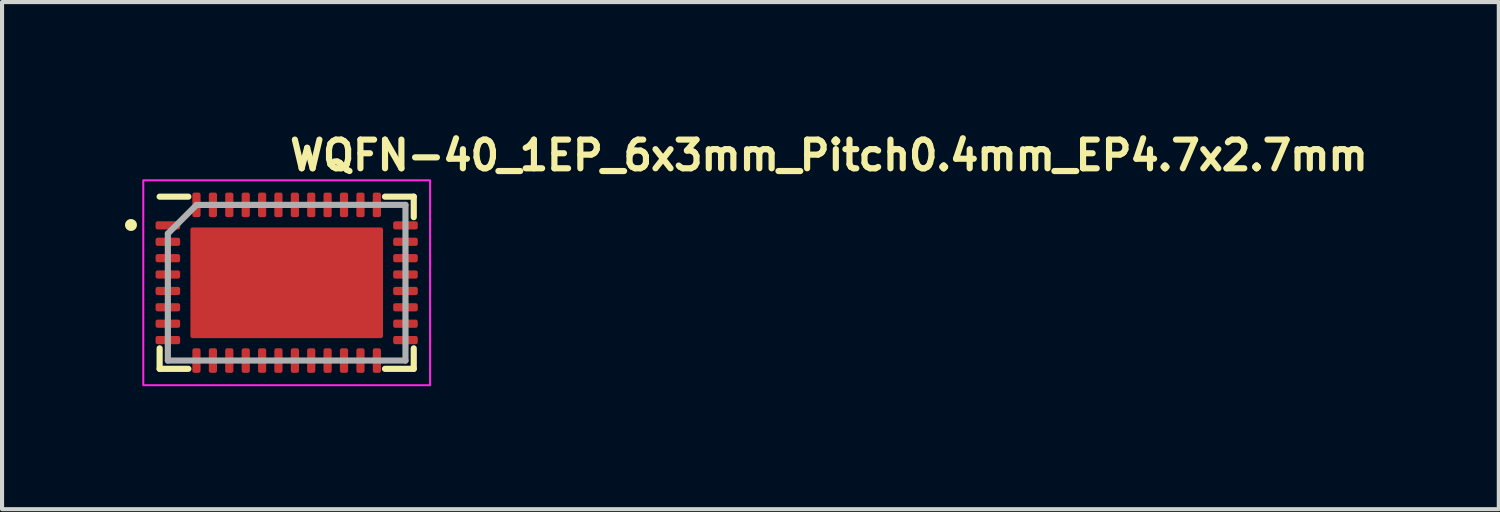
<source format=kicad_pcb>
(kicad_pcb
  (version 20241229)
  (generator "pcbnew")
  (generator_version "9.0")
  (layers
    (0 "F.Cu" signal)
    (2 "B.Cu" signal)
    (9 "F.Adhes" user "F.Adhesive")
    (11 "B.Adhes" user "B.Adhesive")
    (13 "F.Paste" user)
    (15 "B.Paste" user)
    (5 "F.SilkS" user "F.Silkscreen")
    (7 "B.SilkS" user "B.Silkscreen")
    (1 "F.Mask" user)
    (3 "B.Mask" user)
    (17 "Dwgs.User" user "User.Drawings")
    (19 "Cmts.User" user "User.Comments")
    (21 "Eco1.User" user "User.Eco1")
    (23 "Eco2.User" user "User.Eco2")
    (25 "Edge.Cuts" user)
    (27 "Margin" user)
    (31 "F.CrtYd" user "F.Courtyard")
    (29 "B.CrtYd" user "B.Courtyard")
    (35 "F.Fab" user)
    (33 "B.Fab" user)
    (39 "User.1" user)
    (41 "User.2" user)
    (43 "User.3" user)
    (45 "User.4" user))
  (footprint "WQFN-40_1EP_6x3mm_Pitch0.4mm_EP4.7x2.7mm"
    (layer "F.Cu")
    (at 3.946 3.85)
    (property "Reference" "WQFN-40_1EP_6x3mm_Pitch0.4mm_EP4.7x2.7mm" (at 0 -2.7 0) (unlocked yes) (layer "F.SilkS") (effects (font (size 0.7 0.7) (thickness 0.15)) (justify left bottom)))
    (attr smd)
    (fp_line (start -3.101 2.1) (end -3.101 1.6) (stroke (width 0.15) (type solid)) (layer "F.SilkS"))
    (fp_line (start -2.4 -2.101) (end -3.101 -2.101) (stroke (width 0.15) (type solid)) (layer "F.SilkS"))
    (fp_line (start -2.4 2.1) (end -3.101 2.1) (stroke (width 0.15) (type solid)) (layer "F.SilkS"))
    (fp_line (start 3.1 -2.101) (end 2.398 -2.101) (stroke (width 0.15) (type solid)) (layer "F.SilkS"))
    (fp_line (start 3.1 -2.101) (end 3.1 -1.601) (stroke (width 0.15) (type solid)) (layer "F.SilkS"))
    (fp_line (start 3.1 1.6) (end 3.1 2.1) (stroke (width 0.15) (type solid)) (layer "F.SilkS"))
    (fp_line (start 3.1 2.1) (end 2.398 2.1) (stroke (width 0.15) (type solid)) (layer "F.SilkS"))
    (fp_circle (center -3.8 -1.41) (end -3.75 -1.36) (stroke (width 0.15) (type solid)) (fill yes) (layer "F.SilkS"))
    (fp_rect (start -3.5 -2.5) (end 3.499 2.499) (stroke (width 0.05) (type solid)) (fill no) (layer "F.CrtYd"))
    (fp_line (start -2.9 -1.2) (end -2.2 -1.9) (stroke (width 0.15) (type solid)) (layer "F.Fab"))
    (fp_line (start -2.9 1.898) (end -2.9 -1.2) (stroke (width 0.15) (type solid)) (layer "F.Fab"))
    (fp_line (start -2.2 -1.9) (end 2.898 -1.901) (stroke (width 0.15) (type solid)) (layer "F.Fab"))
    (fp_line (start 2.898 -1.901) (end 2.898 1.898) (stroke (width 0.15) (type solid)) (layer "F.Fab"))
    (fp_line (start 2.898 1.898) (end -2.9 1.898) (stroke (width 0.15) (type solid)) (layer "F.Fab"))
    (fp_rect (start -3 -2) (end 2.999 1.999) (stroke (width 0.1) (type solid)) (fill no) (layer "User.5"))
    (fp_line (start -3 -2) (end -3 1.999) (stroke (width 0.02) (type solid)) (layer "User.9"))
    (fp_line (start -3 1.999) (end 2.999 1.999) (stroke (width 0.02) (type solid)) (layer "User.9"))
    (fp_line (start 2.999 -2) (end -3 -2) (stroke (width 0.02) (type solid)) (layer "User.9"))
    (fp_line (start 2.999 1.999) (end 2.999 -2) (stroke (width 0.02) (type solid)) (layer "User.9"))
    (pad "1" smd roundrect (at -2.9 -1.401 90) (size 0.2 0.6) (layers "F.Cu" "F.Mask" "F.Paste") (roundrect_rratio 0.25))
    (pad "2" smd roundrect (at -2.9 -1 90) (size 0.2 0.6) (layers "F.Cu" "F.Mask" "F.Paste") (roundrect_rratio 0.25))
    (pad "3" smd roundrect (at -2.9 -0.6 90) (size 0.2 0.6) (layers "F.Cu" "F.Mask" "F.Paste") (roundrect_rratio 0.25))
    (pad "4" smd roundrect (at -2.9 -0.202 90) (size 0.2 0.6) (layers "F.Cu" "F.Mask" "F.Paste") (roundrect_rratio 0.25))
    (pad "5" smd roundrect (at -2.9 0.2 90) (size 0.2 0.6) (layers "F.Cu" "F.Mask" "F.Paste") (roundrect_rratio 0.25))
    (pad "6" smd roundrect (at -2.9 0.598 90) (size 0.2 0.6) (layers "F.Cu" "F.Mask" "F.Paste") (roundrect_rratio 0.25))
    (pad "7" smd roundrect (at -2.9 0.998 90) (size 0.2 0.6) (layers "F.Cu" "F.Mask" "F.Paste") (roundrect_rratio 0.25))
    (pad "8" smd roundrect (at -2.9 1.398 90) (size 0.2 0.6) (layers "F.Cu" "F.Mask" "F.Paste") (roundrect_rratio 0.25))
    (pad "9" smd roundrect (at -2.202 1.898 180) (size 0.2 0.6) (layers "F.Cu" "F.Mask" "F.Paste") (roundrect_rratio 0.25))
    (pad "10" smd roundrect (at -1.801 1.898 180) (size 0.2 0.6) (layers "F.Cu" "F.Mask" "F.Paste") (roundrect_rratio 0.25))
    (pad "11" smd roundrect (at -1.401 1.898 180) (size 0.2 0.6) (layers "F.Cu" "F.Mask" "F.Paste") (roundrect_rratio 0.25))
    (pad "12" smd roundrect (at -1 1.898 180) (size 0.2 0.6) (layers "F.Cu" "F.Mask" "F.Paste") (roundrect_rratio 0.25))
    (pad "13" smd roundrect (at -0.6 1.898 180) (size 0.2 0.6) (layers "F.Cu" "F.Mask" "F.Paste") (roundrect_rratio 0.25))
    (pad "14" smd roundrect (at -0.202 1.898 180) (size 0.2 0.6) (layers "F.Cu" "F.Mask" "F.Paste") (roundrect_rratio 0.25))
    (pad "15" smd roundrect (at 0.2 1.898 180) (size 0.2 0.6) (layers "F.Cu" "F.Mask" "F.Paste") (roundrect_rratio 0.25))
    (pad "16" smd roundrect (at 0.598 1.898 180) (size 0.2 0.6) (layers "F.Cu" "F.Mask" "F.Paste") (roundrect_rratio 0.25))
    (pad "17" smd roundrect (at 0.998 1.898 180) (size 0.2 0.6) (layers "F.Cu" "F.Mask" "F.Paste") (roundrect_rratio 0.25))
    (pad "18" smd roundrect (at 1.398 1.898 180) (size 0.2 0.6) (layers "F.Cu" "F.Mask" "F.Paste") (roundrect_rratio 0.25))
    (pad "19" smd roundrect (at 1.8 1.898 180) (size 0.2 0.6) (layers "F.Cu" "F.Mask" "F.Paste") (roundrect_rratio 0.25))
    (pad "20" smd roundrect (at 2.2 1.898 180) (size 0.2 0.6) (layers "F.Cu" "F.Mask" "F.Paste") (roundrect_rratio 0.25))
    (pad "21" smd roundrect (at 2.898 1.398 270) (size 0.2 0.6) (layers "F.Cu" "F.Mask" "F.Paste") (roundrect_rratio 0.25))
    (pad "22" smd roundrect (at 2.898 0.998 270) (size 0.2 0.6) (layers "F.Cu" "F.Mask" "F.Paste") (roundrect_rratio 0.25))
    (pad "23" smd roundrect (at 2.898 0.598 270) (size 0.2 0.6) (layers "F.Cu" "F.Mask" "F.Paste") (roundrect_rratio 0.25))
    (pad "24" smd roundrect (at 2.898 0.2 270) (size 0.2 0.6) (layers "F.Cu" "F.Mask" "F.Paste") (roundrect_rratio 0.25))
    (pad "25" smd roundrect (at 2.898 -0.202 270) (size 0.2 0.6) (layers "F.Cu" "F.Mask" "F.Paste") (roundrect_rratio 0.25))
    (pad "26" smd roundrect (at 2.898 -0.6 270) (size 0.2 0.6) (layers "F.Cu" "F.Mask" "F.Paste") (roundrect_rratio 0.25))
    (pad "27" smd roundrect (at 2.898 -1 270) (size 0.2 0.6) (layers "F.Cu" "F.Mask" "F.Paste") (roundrect_rratio 0.25))
    (pad "28" smd roundrect (at 2.898 -1.401 270) (size 0.2 0.6) (layers "F.Cu" "F.Mask" "F.Paste") (roundrect_rratio 0.25))
    (pad "29" smd roundrect (at 2.2 -1.901) (size 0.2 0.6) (layers "F.Cu" "F.Mask" "F.Paste") (roundrect_rratio 0.25))
    (pad "30" smd roundrect (at 1.8 -1.901) (size 0.2 0.6) (layers "F.Cu" "F.Mask" "F.Paste") (roundrect_rratio 0.25))
    (pad "31" smd roundrect (at 1.398 -1.901) (size 0.2 0.6) (layers "F.Cu" "F.Mask" "F.Paste") (roundrect_rratio 0.25))
    (pad "32" smd roundrect (at 0.998 -1.901) (size 0.2 0.6) (layers "F.Cu" "F.Mask" "F.Paste") (roundrect_rratio 0.25))
    (pad "33" smd roundrect (at 0.598 -1.901) (size 0.2 0.6) (layers "F.Cu" "F.Mask" "F.Paste") (roundrect_rratio 0.25))
    (pad "34" smd roundrect (at 0.2 -1.901) (size 0.2 0.6) (layers "F.Cu" "F.Mask" "F.Paste") (roundrect_rratio 0.25))
    (pad "35" smd roundrect (at -0.202 -1.901) (size 0.2 0.6) (layers "F.Cu" "F.Mask" "F.Paste") (roundrect_rratio 0.25))
    (pad "36" smd roundrect (at -0.6 -1.901) (size 0.2 0.6) (layers "F.Cu" "F.Mask" "F.Paste") (roundrect_rratio 0.25))
    (pad "37" smd roundrect (at -1 -1.901) (size 0.2 0.6) (layers "F.Cu" "F.Mask" "F.Paste") (roundrect_rratio 0.25))
    (pad "38" smd roundrect (at -1.401 -1.901) (size 0.2 0.6) (layers "F.Cu" "F.Mask" "F.Paste") (roundrect_rratio 0.25))
    (pad "39" smd roundrect (at -1.801 -1.901) (size 0.2 0.6) (layers "F.Cu" "F.Mask" "F.Paste") (roundrect_rratio 0.25))
    (pad "40" smd roundrect (at -2.202 -1.901) (size 0.2 0.6) (layers "F.Cu" "F.Mask" "F.Paste") (roundrect_rratio 0.25))
    (pad "41" smd roundrect (at -1.5 -0.652 180) (size 1 0.8) (layers "F.Cu" "F.Mask" "F.Paste") (roundrect_rratio 0.05))
    (pad "41" smd roundrect (at -1.5 0.748 180) (size 1 0.8) (layers "F.Cu" "F.Mask" "F.Paste") (roundrect_rratio 0.05))
    (pad "41" smd roundrect (at 0 0 180) (size 4.7 2.7) (layers "F.Cu" "F.Mask") (roundrect_rratio 0.019))
    (pad "41" smd roundrect (at 0.05 -0.652 180) (size 1 0.8) (layers "F.Cu" "F.Mask" "F.Paste") (roundrect_rratio 0.05))
    (pad "41" smd roundrect (at 0.05 0.748 180) (size 1 0.8) (layers "F.Cu" "F.Mask" "F.Paste") (roundrect_rratio 0.05))
    (pad "41" smd roundrect (at 1.499 -0.652 180) (size 1 0.8) (layers "F.Cu" "F.Mask" "F.Paste") (roundrect_rratio 0.05))
    (pad "41" smd roundrect (at 1.499 0.748 180) (size 1 0.8) (layers "F.Cu" "F.Mask" "F.Paste") (roundrect_rratio 0.05)))
  (gr_rect
    (start -3 -3)
    (end 33.522 9.374)
    (stroke (width 0.1) (type default))
    (fill no)
    (layer "Edge.Cuts")))
</source>
